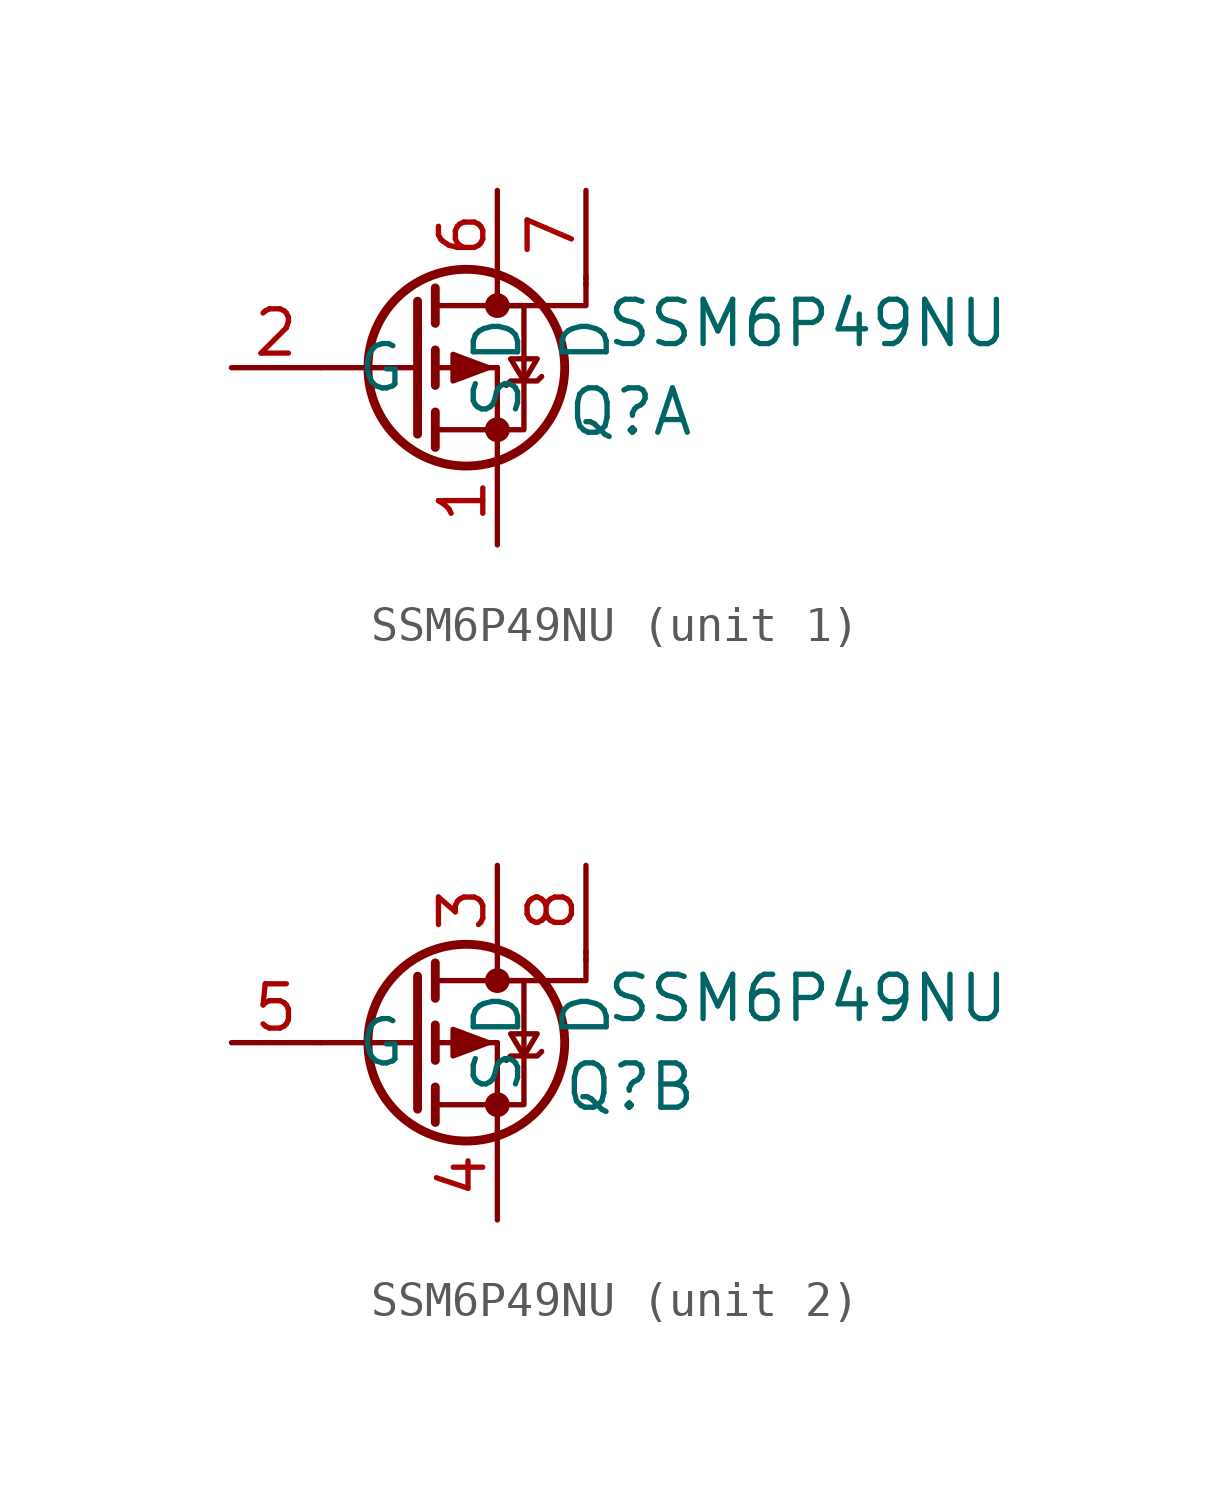
<source format=kicad_sym>
(kicad_symbol_lib
  (version 20211014)
  (generator kicad_symbol_editor)
  (symbol "SSM6P49NU"
    (pin_names
      (offset 1.016))
    (property "Reference" "Q"
      (at 6.35 -1.27 0)
      (effects (font (size 1.27 1.27))))
    (property "Value" "SSM6P49NU"
      (at 11.43 1.27 0)
      (effects (font (size 1.27 1.27))))
    (property "ki_locked" ""
      (at 0 0 0)
      (effects (font (size 1.27 1.27))))
    (symbol "SSM6P49NU_1_1"
      (polyline (pts (xy -2.54 0) (xy 0.254 0)) (stroke (width 0) (type default) (color 0 0 0 0)) (fill (type none)))
      (polyline (pts (xy 0.762 -1.778) (xy 2.54 -1.778)) (stroke (width 0) (type default) (color 0 0 0 0)) (fill (type none)))
      (polyline (pts (xy 0.762 -1.27) (xy 0.762 -2.286)) (stroke (width 0.254) (type default) (color 0 0 0 0)) (fill (type none)))
      (polyline (pts (xy 0.762 0) (xy 2.54 0)) (stroke (width 0) (type default) (color 0 0 0 0)) (fill (type none)))
      (polyline (pts (xy 0.762 0.508) (xy 0.762 -0.508)) (stroke (width 0.254) (type default) (color 0 0 0 0)) (fill (type none)))
      (polyline (pts (xy 0.762 1.778) (xy 2.54 1.778)) (stroke (width 0) (type default) (color 0 0 0 0)) (fill (type none)))
      (polyline (pts (xy 0.762 2.286) (xy 0.762 1.27)) (stroke (width 0.254) (type default) (color 0 0 0 0)) (fill (type none)))
      (polyline (pts (xy 2.54 -1.778) (xy 2.54 -2.54)) (stroke (width 0) (type default) (color 0 0 0 0)) (fill (type none)))
      (polyline (pts (xy 2.54 -1.778) (xy 2.54 0)) (stroke (width 0) (type default) (color 0 0 0 0)) (fill (type none)))
      (polyline (pts (xy 2.54 2.54) (xy 2.54 1.778)) (stroke (width 0) (type default) (color 0 0 0 0)) (fill (type none)))
      (polyline (pts (xy 5.08 2.616) (xy 5.08 2.362)) (stroke (width 0) (type default) (color 0 0 0 0)) (fill (type none)))
      (polyline (pts (xy 0.254 1.905) (xy 0.254 -1.905) (xy 0.254 -1.905)) (stroke (width 0.254) (type default) (color 0 0 0 0)) (fill (type none)))
      (polyline (pts (xy 5.08 2.413) (xy 5.08 1.778) (xy 2.54 1.778)) (stroke (width 0) (type default) (color 0 0 0 0)) (fill (type none)))
      (polyline (pts (xy 2.286 0) (xy 1.27 -0.381) (xy 1.27 0.381) (xy 2.286 0)) (stroke (width 0) (type default) (color 0 0 0 0)) (fill (type outline)))
      (polyline (pts (xy 2.54 -1.778) (xy 3.302 -1.778) (xy 3.302 1.778) (xy 2.54 1.778)) (stroke (width 0) (type default) (color 0 0 0 0)) (fill (type none)))
      (polyline (pts (xy 2.794 -0.508) (xy 2.921 -0.381) (xy 3.683 -0.381) (xy 3.81 -0.254)) (stroke (width 0) (type default) (color 0 0 0 0)) (fill (type none)))
      (polyline (pts (xy 3.302 -0.381) (xy 2.921 0.254) (xy 3.683 0.254) (xy 3.302 -0.381)) (stroke (width 0) (type default) (color 0 0 0 0)) (fill (type none)))
      (circle (center 1.651 0) (radius 2.819) (stroke (width 0.254) (type default) (color 0 0 0 0)) (fill (type none)))
      (circle (center 2.54 -1.778) (radius 0.279) (stroke (width 0) (type default) (color 0 0 0 0)) (fill (type outline)))
      (circle (center 2.54 1.778) (radius 0.279) (stroke (width 0) (type default) (color 0 0 0 0)) (fill (type outline)))
      (pin passive line (at 2.54 -5.08 90) (length 2.54) (name "S" (effects (font (size 1.27 1.27)))) (number "1" (effects (font (size 1.27 1.27)))))
      (pin input line (at -5.08 0 0) (length 2.54) (name "G" (effects (font (size 1.27 1.27)))) (number "2" (effects (font (size 1.27 1.27)))))
      (pin passive line (at 2.54 5.08 270) (length 2.54) (name "D" (effects (font (size 1.27 1.27)))) (number "6" (effects (font (size 1.27 1.27)))))
      (pin passive line (at 5.08 5.08 270) (length 2.54) (name "D" (effects (font (size 1.27 1.27)))) (number "7" (effects (font (size 1.27 1.27))))))
    (symbol "SSM6P49NU_2_1"
      (polyline (pts (xy -2.54 0) (xy 0.254 0)) (stroke (width 0) (type default) (color 0 0 0 0)) (fill (type none)))
      (polyline (pts (xy 0.762 -1.778) (xy 2.54 -1.778)) (stroke (width 0) (type default) (color 0 0 0 0)) (fill (type none)))
      (polyline (pts (xy 0.762 -1.27) (xy 0.762 -2.286)) (stroke (width 0.254) (type default) (color 0 0 0 0)) (fill (type none)))
      (polyline (pts (xy 0.762 0) (xy 2.54 0)) (stroke (width 0) (type default) (color 0 0 0 0)) (fill (type none)))
      (polyline (pts (xy 0.762 0.508) (xy 0.762 -0.508)) (stroke (width 0.254) (type default) (color 0 0 0 0)) (fill (type none)))
      (polyline (pts (xy 0.762 1.778) (xy 2.54 1.778)) (stroke (width 0) (type default) (color 0 0 0 0)) (fill (type none)))
      (polyline (pts (xy 0.762 2.286) (xy 0.762 1.27)) (stroke (width 0.254) (type default) (color 0 0 0 0)) (fill (type none)))
      (polyline (pts (xy 2.54 -1.778) (xy 2.54 -2.54)) (stroke (width 0) (type default) (color 0 0 0 0)) (fill (type none)))
      (polyline (pts (xy 2.54 -1.778) (xy 2.54 0)) (stroke (width 0) (type default) (color 0 0 0 0)) (fill (type none)))
      (polyline (pts (xy 2.54 2.54) (xy 2.54 1.778)) (stroke (width 0) (type default) (color 0 0 0 0)) (fill (type none)))
      (polyline (pts (xy 5.08 2.616) (xy 5.08 2.362)) (stroke (width 0) (type default) (color 0 0 0 0)) (fill (type none)))
      (polyline (pts (xy 0.254 1.905) (xy 0.254 -1.905) (xy 0.254 -1.905)) (stroke (width 0.254) (type default) (color 0 0 0 0)) (fill (type none)))
      (polyline (pts (xy 5.08 2.413) (xy 5.08 1.778) (xy 2.54 1.778)) (stroke (width 0) (type default) (color 0 0 0 0)) (fill (type none)))
      (polyline (pts (xy 2.286 0) (xy 1.27 -0.381) (xy 1.27 0.381) (xy 2.286 0)) (stroke (width 0) (type default) (color 0 0 0 0)) (fill (type outline)))
      (polyline (pts (xy 2.54 -1.778) (xy 3.302 -1.778) (xy 3.302 1.778) (xy 2.54 1.778)) (stroke (width 0) (type default) (color 0 0 0 0)) (fill (type none)))
      (polyline (pts (xy 2.794 -0.508) (xy 2.921 -0.381) (xy 3.683 -0.381) (xy 3.81 -0.254)) (stroke (width 0) (type default) (color 0 0 0 0)) (fill (type none)))
      (polyline (pts (xy 3.302 -0.381) (xy 2.921 0.254) (xy 3.683 0.254) (xy 3.302 -0.381)) (stroke (width 0) (type default) (color 0 0 0 0)) (fill (type none)))
      (circle (center 1.651 0) (radius 2.819) (stroke (width 0.254) (type default) (color 0 0 0 0)) (fill (type none)))
      (circle (center 2.54 -1.778) (radius 0.279) (stroke (width 0) (type default) (color 0 0 0 0)) (fill (type outline)))
      (circle (center 2.54 1.778) (radius 0.279) (stroke (width 0) (type default) (color 0 0 0 0)) (fill (type outline)))
      (pin passive line (at 2.54 5.08 270) (length 2.54) (name "D" (effects (font (size 1.27 1.27)))) (number "3" (effects (font (size 1.27 1.27)))))
      (pin passive line (at 2.54 -5.08 90) (length 2.54) (name "S" (effects (font (size 1.27 1.27)))) (number "4" (effects (font (size 1.27 1.27)))))
      (pin input line (at -5.08 0 0) (length 2.54) (name "G" (effects (font (size 1.27 1.27)))) (number "5" (effects (font (size 1.27 1.27)))))
      (pin passive line (at 5.08 5.08 270) (length 2.54) (name "D" (effects (font (size 1.27 1.27)))) (number "8" (effects (font (size 1.27 1.27))))))))
</source>
